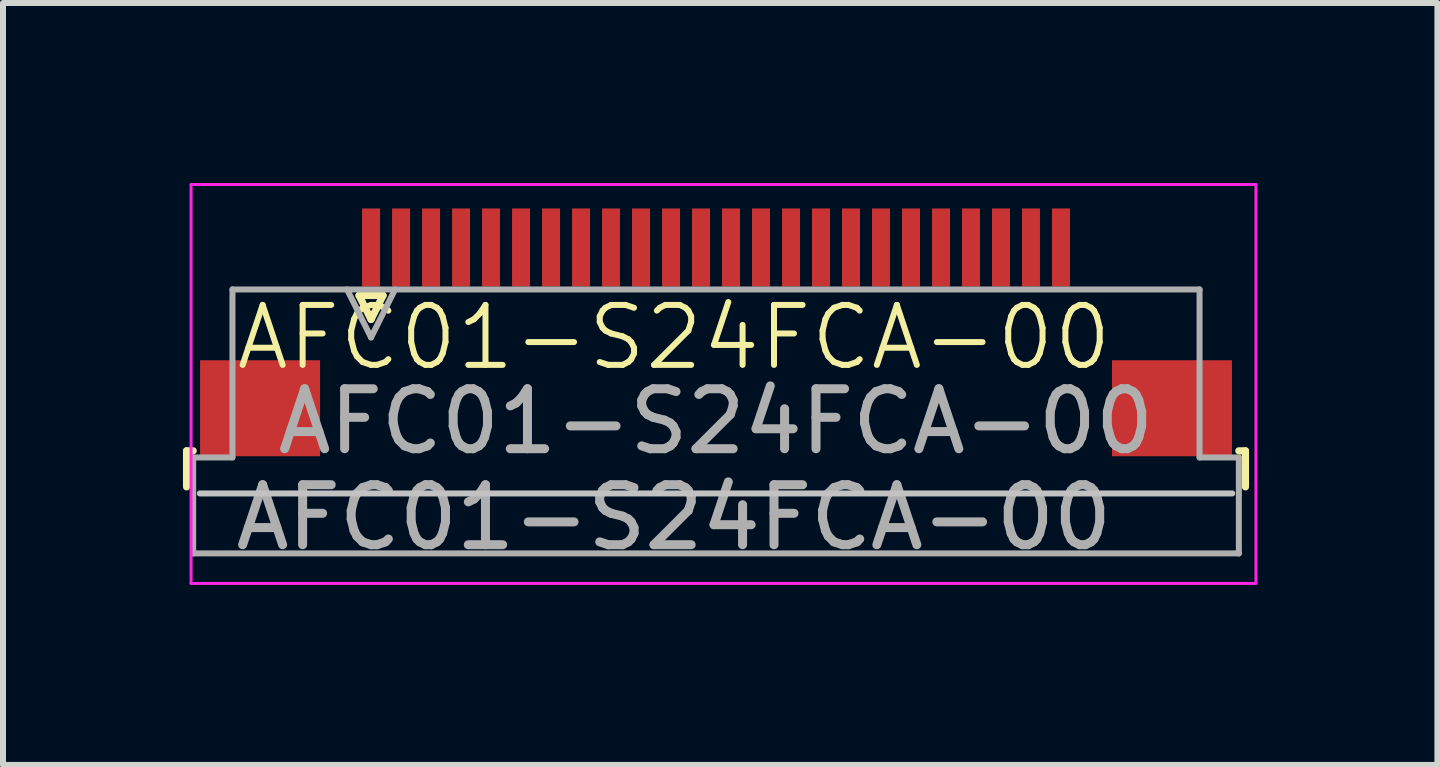
<source format=kicad_pcb>
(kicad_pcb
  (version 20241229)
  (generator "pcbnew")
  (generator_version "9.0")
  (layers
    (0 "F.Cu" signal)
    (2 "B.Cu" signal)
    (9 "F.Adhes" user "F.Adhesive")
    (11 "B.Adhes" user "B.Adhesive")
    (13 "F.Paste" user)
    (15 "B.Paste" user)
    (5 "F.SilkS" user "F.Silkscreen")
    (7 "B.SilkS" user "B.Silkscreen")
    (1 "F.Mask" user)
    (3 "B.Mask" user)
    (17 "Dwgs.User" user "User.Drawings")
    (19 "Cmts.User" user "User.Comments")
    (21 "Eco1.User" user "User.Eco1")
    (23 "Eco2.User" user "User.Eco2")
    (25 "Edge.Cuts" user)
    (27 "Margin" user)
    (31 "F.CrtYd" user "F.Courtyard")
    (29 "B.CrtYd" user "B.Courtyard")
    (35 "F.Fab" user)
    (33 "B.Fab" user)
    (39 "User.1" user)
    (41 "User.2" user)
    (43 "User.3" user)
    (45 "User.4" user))
  (footprint "AFC01-S24FCA-00"
    (layer "F.Cu")
    (at 8.385 3.625)
    (property "Reference" "AFC01-S24FCA-00" (at -0.2 -1.05 0) (unlocked yes) (layer "F.SilkS") (effects (font (size 1 1) (thickness 0.1))))
    (attr smd)
    (fp_line (start -8.325 0.84) (end -8.325 1.44) (stroke (width 0.12) (type solid)) (layer "F.SilkS"))
    (fp_line (start -8.215 0.84) (end -8.325 0.84) (stroke (width 0.12) (type solid)) (layer "F.SilkS"))
    (fp_line (start -5.45 -1.75) (end -5.25 -1.35) (stroke (width 0.12) (type solid)) (layer "F.SilkS"))
    (fp_line (start -5.25 -1.35) (end -5.05 -1.75) (stroke (width 0.12) (type solid)) (layer "F.SilkS"))
    (fp_line (start -5.05 -1.75) (end -5.45 -1.75) (stroke (width 0.12) (type solid)) (layer "F.SilkS"))
    (fp_line (start 9.215 0.84) (end 9.325 0.84) (stroke (width 0.12) (type solid)) (layer "F.SilkS"))
    (fp_line (start 9.325 0.84) (end 9.325 1.44) (stroke (width 0.12) (type solid)) (layer "F.SilkS"))
    (fp_line (start 9.105 1.55) (end -8.105 1.55) (stroke (width 0.1) (type solid)) (layer "Dwgs.User"))
    (fp_line (start -8.25 -3.6) (end -8.25 3.05) (stroke (width 0.05) (type solid)) (layer "F.CrtYd"))
    (fp_line (start -8.25 3.05) (end 9.5 3.05) (stroke (width 0.05) (type solid)) (layer "F.CrtYd"))
    (fp_line (start 9.5 -3.6) (end -8.25 -3.6) (stroke (width 0.05) (type solid)) (layer "F.CrtYd"))
    (fp_line (start 9.5 3.05) (end 9.5 -3.6) (stroke (width 0.05) (type solid)) (layer "F.CrtYd"))
    (fp_line (start -8.215 0.95) (end -7.56 0.95) (stroke (width 0.1) (type solid)) (layer "F.Fab"))
    (fp_line (start -8.215 2.55) (end -8.215 0.95) (stroke (width 0.1) (type solid)) (layer "F.Fab"))
    (fp_line (start -7.56 -1.85) (end 8.56 -1.85) (stroke (width 0.1) (type solid)) (layer "F.Fab"))
    (fp_line (start -7.56 0.95) (end -7.56 -1.85) (stroke (width 0.1) (type solid)) (layer "F.Fab"))
    (fp_line (start -5.65 -1.85) (end -5.25 -1.05) (stroke (width 0.1) (type solid)) (layer "F.Fab"))
    (fp_line (start -5.25 -1.05) (end -4.85 -1.85) (stroke (width 0.1) (type solid)) (layer "F.Fab"))
    (fp_line (start 8.56 -1.85) (end 8.56 0.95) (stroke (width 0.1) (type solid)) (layer "F.Fab"))
    (fp_line (start 8.56 0.95) (end 9.215 0.95) (stroke (width 0.1) (type solid)) (layer "F.Fab"))
    (fp_line (start 9.215 0.95) (end 9.215 2.55) (stroke (width 0.1) (type solid)) (layer "F.Fab"))
    (fp_line (start 9.215 2.55) (end -8.215 2.55) (stroke (width 0.1) (type solid)) (layer "F.Fab"))
    (fp_text user "${REFERENCE}" (at -0.2 1.95 0) (unlocked yes) (layer "F.Fab") (effects (font (size 1 1) (thickness 0.15))))
    (fp_text user "${REFERENCE}" (at 0.5 0.35 0) (layer "F.Fab") (effects (font (size 1 1) (thickness 0.15))))
    (pad "1" smd rect (at -5.25 -2.55) (size 0.3 1.3) (layers "F.Cu" "F.Mask" "F.Paste"))
    (pad "2" smd rect (at -4.75 -2.55) (size 0.3 1.3) (layers "F.Cu" "F.Mask" "F.Paste"))
    (pad "3" smd rect (at -4.25 -2.55) (size 0.3 1.3) (layers "F.Cu" "F.Mask" "F.Paste"))
    (pad "4" smd rect (at -3.75 -2.55) (size 0.3 1.3) (layers "F.Cu" "F.Mask" "F.Paste"))
    (pad "5" smd rect (at -3.25 -2.55) (size 0.3 1.3) (layers "F.Cu" "F.Mask" "F.Paste"))
    (pad "6" smd rect (at -2.75 -2.55) (size 0.3 1.3) (layers "F.Cu" "F.Mask" "F.Paste"))
    (pad "7" smd rect (at -2.25 -2.55) (size 0.3 1.3) (layers "F.Cu" "F.Mask" "F.Paste"))
    (pad "8" smd rect (at -1.75 -2.55) (size 0.3 1.3) (layers "F.Cu" "F.Mask" "F.Paste"))
    (pad "9" smd rect (at -1.25 -2.55) (size 0.3 1.3) (layers "F.Cu" "F.Mask" "F.Paste"))
    (pad "10" smd rect (at -0.75 -2.55) (size 0.3 1.3) (layers "F.Cu" "F.Mask" "F.Paste"))
    (pad "11" smd rect (at -0.25 -2.55) (size 0.3 1.3) (layers "F.Cu" "F.Mask" "F.Paste"))
    (pad "12" smd rect (at 0.25 -2.55) (size 0.3 1.3) (layers "F.Cu" "F.Mask" "F.Paste"))
    (pad "13" smd rect (at 0.75 -2.55) (size 0.3 1.3) (layers "F.Cu" "F.Mask" "F.Paste"))
    (pad "14" smd rect (at 1.25 -2.55) (size 0.3 1.3) (layers "F.Cu" "F.Mask" "F.Paste"))
    (pad "15" smd rect (at 1.75 -2.55) (size 0.3 1.3) (layers "F.Cu" "F.Mask" "F.Paste"))
    (pad "16" smd rect (at 2.25 -2.55) (size 0.3 1.3) (layers "F.Cu" "F.Mask" "F.Paste"))
    (pad "17" smd rect (at 2.75 -2.55) (size 0.3 1.3) (layers "F.Cu" "F.Mask" "F.Paste"))
    (pad "18" smd rect (at 3.25 -2.55) (size 0.3 1.3) (layers "F.Cu" "F.Mask" "F.Paste"))
    (pad "19" smd rect (at 3.75 -2.55) (size 0.3 1.3) (layers "F.Cu" "F.Mask" "F.Paste"))
    (pad "20" smd rect (at 4.25 -2.55) (size 0.3 1.3) (layers "F.Cu" "F.Mask" "F.Paste"))
    (pad "21" smd rect (at 4.75 -2.55) (size 0.3 1.3) (layers "F.Cu" "F.Mask" "F.Paste"))
    (pad "22" smd rect (at 5.25 -2.55) (size 0.3 1.3) (layers "F.Cu" "F.Mask" "F.Paste"))
    (pad "23" smd rect (at 5.75 -2.55) (size 0.3 1.3) (layers "F.Cu" "F.Mask" "F.Paste"))
    (pad "24" smd rect (at 6.25 -2.55) (size 0.3 1.3) (layers "F.Cu" "F.Mask" "F.Paste"))
    (pad "MP" smd rect (at -7.1 0.13) (size 2 1.6) (layers "F.Cu" "F.Mask" "F.Paste"))
    (pad "MP" smd rect (at 8.1 0.13) (size 2 1.6) (layers "F.Cu" "F.Mask" "F.Paste")))
  (gr_rect
    (start -3 -3)
    (end 20.91 9.7)
    (stroke (width 0.1) (type default))
    (fill no)
    (layer "Edge.Cuts")))
</source>
